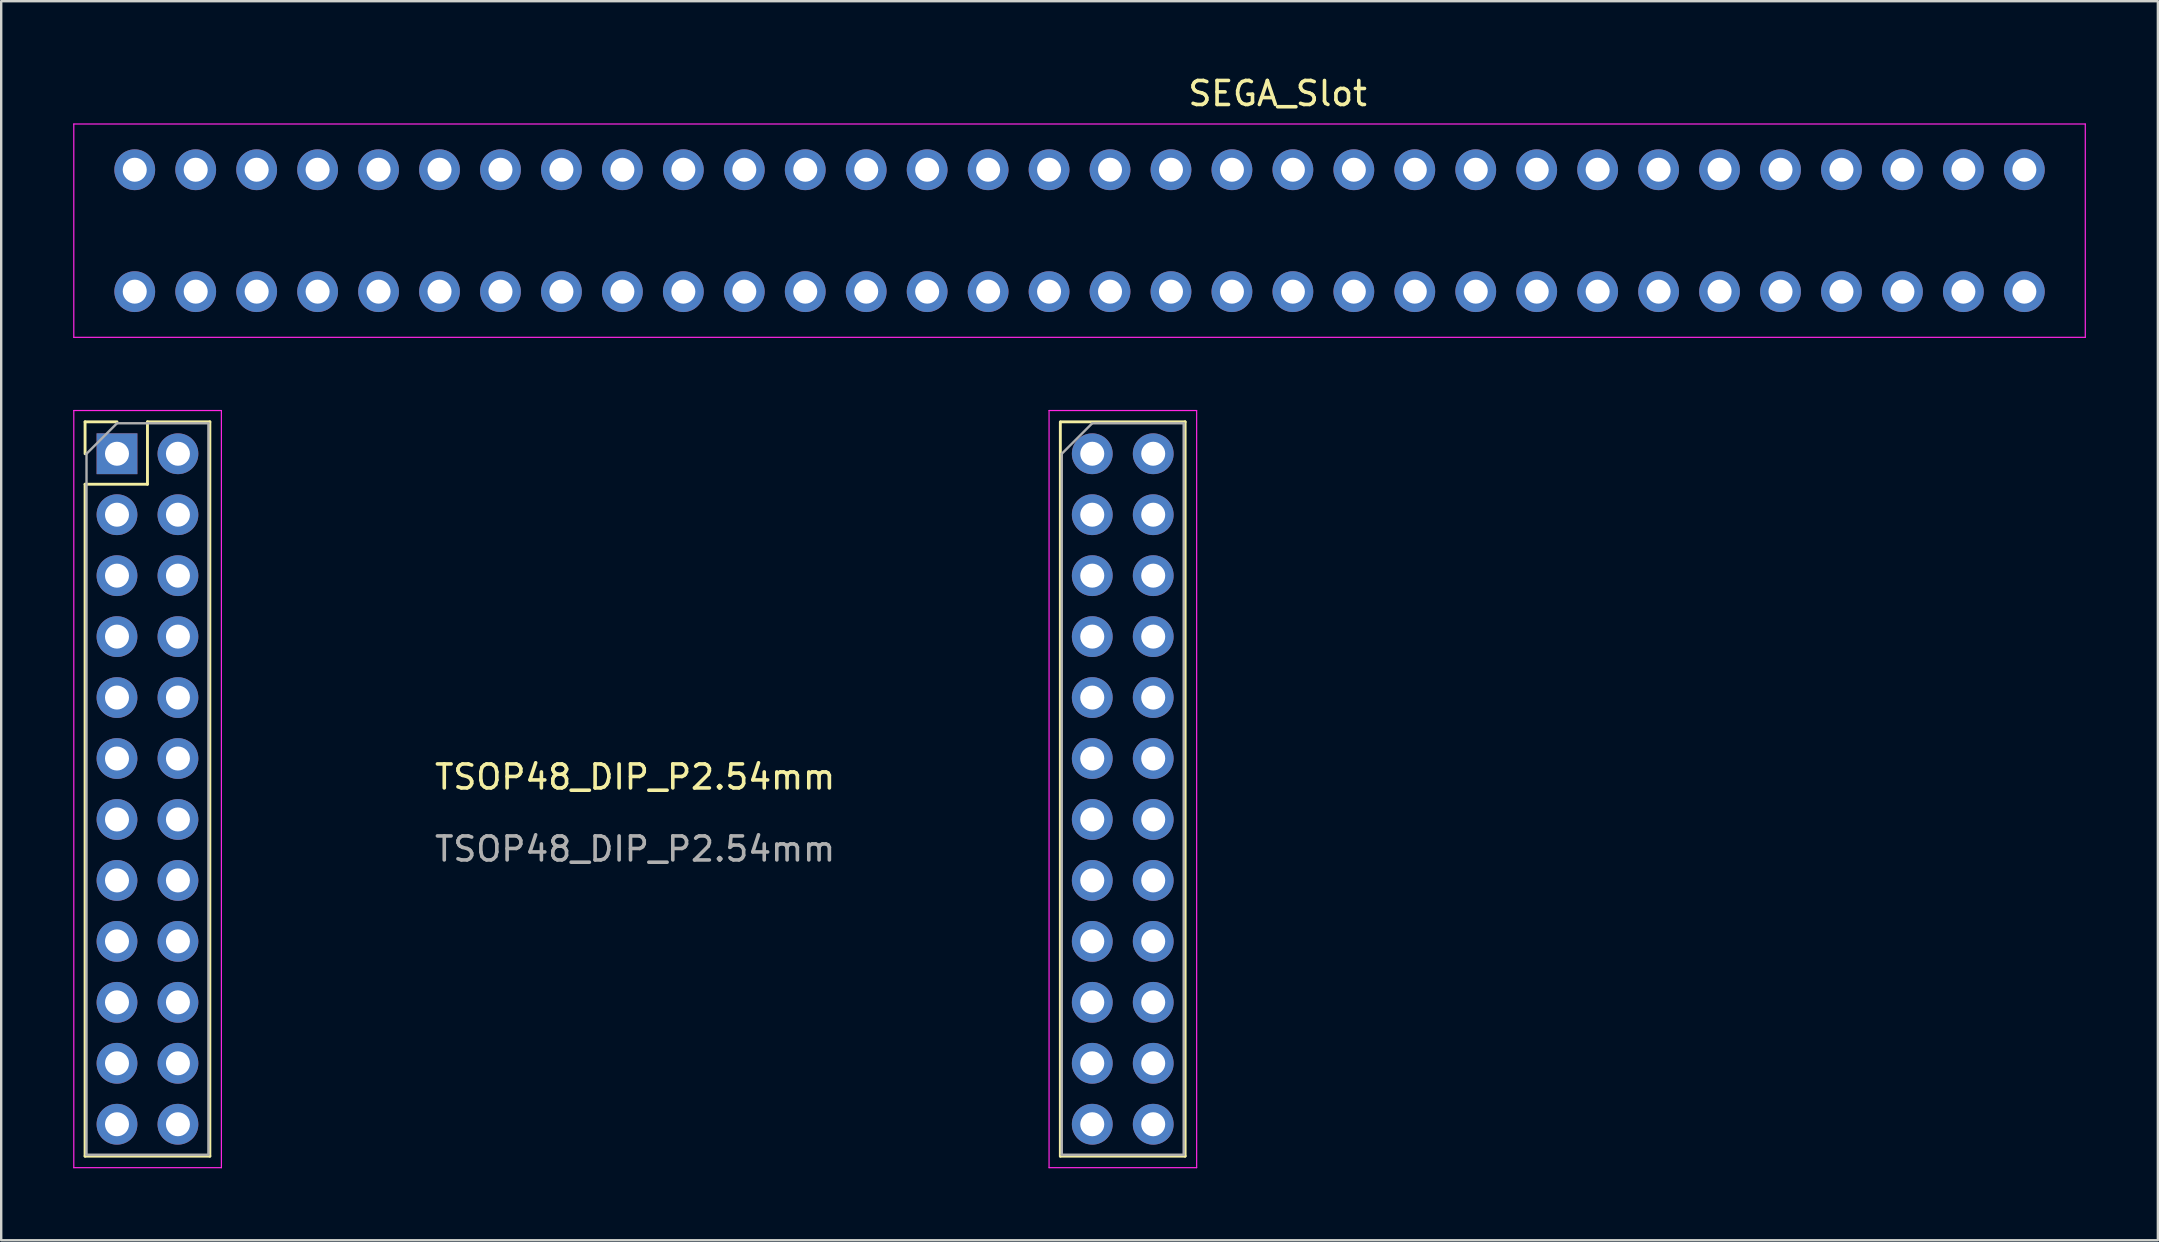
<source format=kicad_pcb>
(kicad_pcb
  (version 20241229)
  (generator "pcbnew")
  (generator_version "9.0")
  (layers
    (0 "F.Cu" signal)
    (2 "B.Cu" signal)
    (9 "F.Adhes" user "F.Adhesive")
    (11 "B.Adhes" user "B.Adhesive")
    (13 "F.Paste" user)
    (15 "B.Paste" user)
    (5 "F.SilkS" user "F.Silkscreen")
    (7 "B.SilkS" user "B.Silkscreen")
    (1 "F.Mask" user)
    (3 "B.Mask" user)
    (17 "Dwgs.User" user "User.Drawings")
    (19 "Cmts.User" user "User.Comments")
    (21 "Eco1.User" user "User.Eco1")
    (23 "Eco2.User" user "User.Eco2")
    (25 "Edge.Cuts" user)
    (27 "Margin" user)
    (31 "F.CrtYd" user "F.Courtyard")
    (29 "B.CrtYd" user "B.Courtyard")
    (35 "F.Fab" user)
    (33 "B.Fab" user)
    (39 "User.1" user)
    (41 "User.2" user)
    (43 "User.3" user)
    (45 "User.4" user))
  (footprint "TSOP48_DIP_P2.54mm"
    (layer "F.Cu")
    (at 23.415 29.828)
    (property "Reference" "TSOP48_DIP_P2.54mm" (at 0 -0.5 0) (unlocked yes) (layer "F.SilkS") (effects (font (size 1 1) (thickness 0.15))))
    (attr smd)
    (fp_line (start -22.92 -15.3) (end -21.59 -15.3) (stroke (width 0.12) (type solid)) (layer "F.SilkS"))
    (fp_line (start -22.92 -13.97) (end -22.92 -15.3) (stroke (width 0.12) (type solid)) (layer "F.SilkS"))
    (fp_line (start -22.92 -12.7) (end -22.92 15.3) (stroke (width 0.12) (type solid)) (layer "F.SilkS"))
    (fp_line (start -22.92 -12.7) (end -20.32 -12.7) (stroke (width 0.12) (type solid)) (layer "F.SilkS"))
    (fp_line (start -22.92 15.3) (end -17.72 15.3) (stroke (width 0.12) (type solid)) (layer "F.SilkS"))
    (fp_line (start -20.32 -15.3) (end -17.72 -15.3) (stroke (width 0.12) (type solid)) (layer "F.SilkS"))
    (fp_line (start -20.32 -12.7) (end -20.32 -15.3) (stroke (width 0.12) (type solid)) (layer "F.SilkS"))
    (fp_line (start -17.72 -15.3) (end -17.72 15.3) (stroke (width 0.12) (type solid)) (layer "F.SilkS"))
    (fp_line (start 17.72 -15.291) (end 17.72 15.3) (stroke (width 0.12) (type solid)) (layer "F.SilkS"))
    (fp_line (start 17.72 15.3) (end 22.92 15.3) (stroke (width 0.12) (type solid)) (layer "F.SilkS"))
    (fp_line (start 17.729 -15.3) (end 22.92 -15.3) (stroke (width 0.12) (type solid)) (layer "F.SilkS"))
    (fp_line (start 22.92 -15.3) (end 22.92 15.3) (stroke (width 0.12) (type solid)) (layer "F.SilkS"))
    (fp_line (start -23.39 -15.77) (end -23.39 15.78) (stroke (width 0.05) (type solid)) (layer "F.CrtYd"))
    (fp_line (start -23.39 15.78) (end -17.24 15.78) (stroke (width 0.05) (type solid)) (layer "F.CrtYd"))
    (fp_line (start -17.24 -15.77) (end -23.39 -15.77) (stroke (width 0.05) (type solid)) (layer "F.CrtYd"))
    (fp_line (start -17.24 15.78) (end -17.24 -15.77) (stroke (width 0.05) (type solid)) (layer "F.CrtYd"))
    (fp_line (start 17.25 -15.77) (end 17.25 15.78) (stroke (width 0.05) (type solid)) (layer "F.CrtYd"))
    (fp_line (start 17.25 15.78) (end 23.4 15.78) (stroke (width 0.05) (type solid)) (layer "F.CrtYd"))
    (fp_line (start 23.4 -15.77) (end 17.25 -15.77) (stroke (width 0.05) (type solid)) (layer "F.CrtYd"))
    (fp_line (start 23.4 15.78) (end 23.4 -15.77) (stroke (width 0.05) (type solid)) (layer "F.CrtYd"))
    (fp_line (start -22.86 -13.97) (end -21.59 -15.24) (stroke (width 0.1) (type solid)) (layer "F.Fab"))
    (fp_line (start -22.86 15.24) (end -22.86 -13.97) (stroke (width 0.1) (type solid)) (layer "F.Fab"))
    (fp_line (start -21.59 -15.24) (end -17.78 -15.24) (stroke (width 0.1) (type solid)) (layer "F.Fab"))
    (fp_line (start -17.78 -15.24) (end -17.78 15.24) (stroke (width 0.1) (type solid)) (layer "F.Fab"))
    (fp_line (start -17.78 15.24) (end -22.86 15.24) (stroke (width 0.1) (type solid)) (layer "F.Fab"))
    (fp_line (start 17.78 -13.97) (end 19.05 -15.24) (stroke (width 0.1) (type solid)) (layer "F.Fab"))
    (fp_line (start 17.78 15.24) (end 17.78 -13.97) (stroke (width 0.1) (type solid)) (layer "F.Fab"))
    (fp_line (start 19.05 -15.24) (end 22.86 -15.24) (stroke (width 0.1) (type solid)) (layer "F.Fab"))
    (fp_line (start 22.86 -15.24) (end 22.86 15.24) (stroke (width 0.1) (type solid)) (layer "F.Fab"))
    (fp_line (start 22.86 15.24) (end 17.78 15.24) (stroke (width 0.1) (type solid)) (layer "F.Fab"))
    (fp_text user "${REFERENCE}" (at 0 2.5 0) (unlocked yes) (layer "F.Fab") (effects (font (size 1 1) (thickness 0.15))))
    (pad "1" thru_hole rect (at -21.59 -13.97) (size 1.7 1.7) (drill 1) (layers "*.Cu" "*.Mask"))
    (pad "2" thru_hole oval (at -19.05 -13.97) (size 1.7 1.7) (drill 1) (layers "*.Cu" "*.Mask"))
    (pad "3" thru_hole oval (at -21.59 -11.43) (size 1.7 1.7) (drill 1) (layers "*.Cu" "*.Mask"))
    (pad "4" thru_hole oval (at -19.05 -11.43) (size 1.7 1.7) (drill 1) (layers "*.Cu" "*.Mask"))
    (pad "5" thru_hole oval (at -21.59 -8.89) (size 1.7 1.7) (drill 1) (layers "*.Cu" "*.Mask"))
    (pad "6" thru_hole oval (at -19.05 -8.89) (size 1.7 1.7) (drill 1) (layers "*.Cu" "*.Mask"))
    (pad "7" thru_hole oval (at -21.59 -6.35) (size 1.7 1.7) (drill 1) (layers "*.Cu" "*.Mask"))
    (pad "8" thru_hole oval (at -19.05 -6.35) (size 1.7 1.7) (drill 1) (layers "*.Cu" "*.Mask"))
    (pad "9" thru_hole oval (at -21.59 -3.81) (size 1.7 1.7) (drill 1) (layers "*.Cu" "*.Mask"))
    (pad "10" thru_hole oval (at -19.05 -3.81) (size 1.7 1.7) (drill 1) (layers "*.Cu" "*.Mask"))
    (pad "11" thru_hole oval (at -21.59 -1.27) (size 1.7 1.7) (drill 1) (layers "*.Cu" "*.Mask"))
    (pad "12" thru_hole oval (at -19.05 -1.27) (size 1.7 1.7) (drill 1) (layers "*.Cu" "*.Mask"))
    (pad "13" thru_hole oval (at -21.59 1.27) (size 1.7 1.7) (drill 1) (layers "*.Cu" "*.Mask"))
    (pad "14" thru_hole oval (at -19.05 1.27) (size 1.7 1.7) (drill 1) (layers "*.Cu" "*.Mask"))
    (pad "15" thru_hole oval (at -21.59 3.81) (size 1.7 1.7) (drill 1) (layers "*.Cu" "*.Mask"))
    (pad "16" thru_hole oval (at -19.05 3.81) (size 1.7 1.7) (drill 1) (layers "*.Cu" "*.Mask"))
    (pad "17" thru_hole oval (at -21.59 6.35) (size 1.7 1.7) (drill 1) (layers "*.Cu" "*.Mask"))
    (pad "18" thru_hole oval (at -19.05 6.35) (size 1.7 1.7) (drill 1) (layers "*.Cu" "*.Mask"))
    (pad "19" thru_hole oval (at -21.59 8.89) (size 1.7 1.7) (drill 1) (layers "*.Cu" "*.Mask"))
    (pad "20" thru_hole oval (at -19.05 8.89) (size 1.7 1.7) (drill 1) (layers "*.Cu" "*.Mask"))
    (pad "21" thru_hole oval (at -21.59 11.43) (size 1.7 1.7) (drill 1) (layers "*.Cu" "*.Mask"))
    (pad "22" thru_hole oval (at -19.05 11.43) (size 1.7 1.7) (drill 1) (layers "*.Cu" "*.Mask"))
    (pad "23" thru_hole oval (at -21.59 13.97) (size 1.7 1.7) (drill 1) (layers "*.Cu" "*.Mask"))
    (pad "24" thru_hole oval (at -19.05 13.97) (size 1.7 1.7) (drill 1) (layers "*.Cu" "*.Mask"))
    (pad "25" thru_hole oval (at 21.59 13.97) (size 1.7 1.7) (drill 1) (layers "*.Cu" "*.Mask"))
    (pad "26" thru_hole oval (at 19.05 13.97) (size 1.7 1.7) (drill 1) (layers "*.Cu" "*.Mask"))
    (pad "27" thru_hole oval (at 21.59 11.43) (size 1.7 1.7) (drill 1) (layers "*.Cu" "*.Mask"))
    (pad "28" thru_hole oval (at 19.05 11.43) (size 1.7 1.7) (drill 1) (layers "*.Cu" "*.Mask"))
    (pad "29" thru_hole oval (at 21.59 8.89) (size 1.7 1.7) (drill 1) (layers "*.Cu" "*.Mask"))
    (pad "30" thru_hole oval (at 19.05 8.89) (size 1.7 1.7) (drill 1) (layers "*.Cu" "*.Mask"))
    (pad "31" thru_hole oval (at 21.59 6.35) (size 1.7 1.7) (drill 1) (layers "*.Cu" "*.Mask"))
    (pad "32" thru_hole oval (at 19.05 6.35) (size 1.7 1.7) (drill 1) (layers "*.Cu" "*.Mask"))
    (pad "33" thru_hole oval (at 21.59 3.81) (size 1.7 1.7) (drill 1) (layers "*.Cu" "*.Mask"))
    (pad "34" thru_hole oval (at 19.05 3.81) (size 1.7 1.7) (drill 1) (layers "*.Cu" "*.Mask"))
    (pad "35" thru_hole oval (at 21.59 1.27) (size 1.7 1.7) (drill 1) (layers "*.Cu" "*.Mask"))
    (pad "36" thru_hole oval (at 19.05 1.27) (size 1.7 1.7) (drill 1) (layers "*.Cu" "*.Mask"))
    (pad "37" thru_hole oval (at 21.59 -1.27) (size 1.7 1.7) (drill 1) (layers "*.Cu" "*.Mask"))
    (pad "38" thru_hole oval (at 19.05 -1.27) (size 1.7 1.7) (drill 1) (layers "*.Cu" "*.Mask"))
    (pad "39" thru_hole oval (at 21.59 -3.81) (size 1.7 1.7) (drill 1) (layers "*.Cu" "*.Mask"))
    (pad "40" thru_hole oval (at 19.05 -3.81) (size 1.7 1.7) (drill 1) (layers "*.Cu" "*.Mask"))
    (pad "41" thru_hole oval (at 21.59 -6.35) (size 1.7 1.7) (drill 1) (layers "*.Cu" "*.Mask"))
    (pad "42" thru_hole oval (at 19.05 -6.35) (size 1.7 1.7) (drill 1) (layers "*.Cu" "*.Mask"))
    (pad "43" thru_hole oval (at 21.59 -8.89) (size 1.7 1.7) (drill 1) (layers "*.Cu" "*.Mask"))
    (pad "44" thru_hole oval (at 19.05 -8.89) (size 1.7 1.7) (drill 1) (layers "*.Cu" "*.Mask"))
    (pad "45" thru_hole oval (at 21.59 -11.43) (size 1.7 1.7) (drill 1) (layers "*.Cu" "*.Mask"))
    (pad "46" thru_hole oval (at 19.05 -11.43) (size 1.7 1.7) (drill 1) (layers "*.Cu" "*.Mask"))
    (pad "47" thru_hole oval (at 21.59 -13.97) (size 1.7 1.7) (drill 1) (layers "*.Cu" "*.Mask"))
    (pad "48" thru_hole oval (at 19.05 -13.97) (size 1.7 1.7) (drill 1) (layers "*.Cu" "*.Mask")))
  (footprint "SEGA_Slot"
    (layer "F.Cu")
    (at 41.935 6.563)
    (property "Reference" "SEGA_Slot" (at 8.255 -5.715 0) (layer "F.SilkS") (effects (font (size 1 1) (thickness 0.15))))
    (attr through_hole)
    (fp_line (start -41.91 -4.445) (end 41.91 -4.445) (stroke (width 0.05) (type solid)) (layer "F.CrtYd"))
    (fp_line (start -41.91 4.445) (end -41.91 -4.445) (stroke (width 0.05) (type solid)) (layer "F.CrtYd"))
    (fp_line (start 41.91 -4.445) (end 41.91 4.445) (stroke (width 0.05) (type solid)) (layer "F.CrtYd"))
    (fp_line (start 41.91 4.445) (end -41.91 4.445) (stroke (width 0.05) (type solid)) (layer "F.CrtYd"))
    (pad "A1" thru_hole oval (at -39.37 -2.54 90) (size 1.7 1.7) (drill 1) (layers "*.Cu" "*.Mask"))
    (pad "A2" thru_hole oval (at -36.83 -2.54 90) (size 1.7 1.7) (drill 1) (layers "*.Cu" "*.Mask"))
    (pad "A3" thru_hole oval (at -34.29 -2.54 90) (size 1.7 1.7) (drill 1) (layers "*.Cu" "*.Mask"))
    (pad "A4" thru_hole oval (at -31.75 -2.54 90) (size 1.7 1.7) (drill 1) (layers "*.Cu" "*.Mask"))
    (pad "A5" thru_hole oval (at -29.21 -2.54 90) (size 1.7 1.7) (drill 1) (layers "*.Cu" "*.Mask"))
    (pad "A6" thru_hole oval (at -26.67 -2.54 90) (size 1.7 1.7) (drill 1) (layers "*.Cu" "*.Mask"))
    (pad "A7" thru_hole oval (at -24.13 -2.54 90) (size 1.7 1.7) (drill 1) (layers "*.Cu" "*.Mask"))
    (pad "A8" thru_hole oval (at -21.59 -2.54 90) (size 1.7 1.7) (drill 1) (layers "*.Cu" "*.Mask"))
    (pad "A9" thru_hole oval (at -19.05 -2.54 90) (size 1.7 1.7) (drill 1) (layers "*.Cu" "*.Mask"))
    (pad "A10" thru_hole oval (at -16.51 -2.54 90) (size 1.7 1.7) (drill 1) (layers "*.Cu" "*.Mask"))
    (pad "A11" thru_hole oval (at -13.97 -2.54 90) (size 1.7 1.7) (drill 1) (layers "*.Cu" "*.Mask"))
    (pad "A12" thru_hole oval (at -11.43 -2.54 90) (size 1.7 1.7) (drill 1) (layers "*.Cu" "*.Mask"))
    (pad "A13" thru_hole oval (at -8.89 -2.54 90) (size 1.7 1.7) (drill 1) (layers "*.Cu" "*.Mask"))
    (pad "A14" thru_hole oval (at -6.35 -2.54 90) (size 1.7 1.7) (drill 1) (layers "*.Cu" "*.Mask"))
    (pad "A15" thru_hole oval (at -3.81 -2.54 90) (size 1.7 1.7) (drill 1) (layers "*.Cu" "*.Mask"))
    (pad "A16" thru_hole oval (at -1.27 -2.54 90) (size 1.7 1.7) (drill 1) (layers "*.Cu" "*.Mask"))
    (pad "A17" thru_hole oval (at 1.27 -2.54 90) (size 1.7 1.7) (drill 1) (layers "*.Cu" "*.Mask"))
    (pad "A18" thru_hole oval (at 3.81 -2.54 90) (size 1.7 1.7) (drill 1) (layers "*.Cu" "*.Mask"))
    (pad "A19" thru_hole oval (at 6.35 -2.54 90) (size 1.7 1.7) (drill 1) (layers "*.Cu" "*.Mask"))
    (pad "A20" thru_hole oval (at 8.89 -2.54 90) (size 1.7 1.7) (drill 1) (layers "*.Cu" "*.Mask"))
    (pad "A21" thru_hole oval (at 11.43 -2.54 90) (size 1.7 1.7) (drill 1) (layers "*.Cu" "*.Mask"))
    (pad "A22" thru_hole oval (at 13.97 -2.54 90) (size 1.7 1.7) (drill 1) (layers "*.Cu" "*.Mask"))
    (pad "A23" thru_hole oval (at 16.51 -2.54 90) (size 1.7 1.7) (drill 1) (layers "*.Cu" "*.Mask"))
    (pad "A24" thru_hole oval (at 19.05 -2.54 90) (size 1.7 1.7) (drill 1) (layers "*.Cu" "*.Mask"))
    (pad "A25" thru_hole oval (at 21.59 -2.54 90) (size 1.7 1.7) (drill 1) (layers "*.Cu" "*.Mask"))
    (pad "A26" thru_hole oval (at 24.13 -2.54 90) (size 1.7 1.7) (drill 1) (layers "*.Cu" "*.Mask"))
    (pad "A27" thru_hole oval (at 26.67 -2.54 90) (size 1.7 1.7) (drill 1) (layers "*.Cu" "*.Mask"))
    (pad "A28" thru_hole oval (at 29.21 -2.54 90) (size 1.7 1.7) (drill 1) (layers "*.Cu" "*.Mask"))
    (pad "A29" thru_hole oval (at 31.75 -2.54 90) (size 1.7 1.7) (drill 1) (layers "*.Cu" "*.Mask"))
    (pad "A30" thru_hole oval (at 34.29 -2.54 90) (size 1.7 1.7) (drill 1) (layers "*.Cu" "*.Mask"))
    (pad "A31" thru_hole oval (at 36.83 -2.54 90) (size 1.7 1.7) (drill 1) (layers "*.Cu" "*.Mask"))
    (pad "A32" thru_hole oval (at 39.37 -2.54 90) (size 1.7 1.7) (drill 1) (layers "*.Cu" "*.Mask"))
    (pad "B1" thru_hole oval (at -39.37 2.54 90) (size 1.7 1.7) (drill 1) (layers "*.Cu" "*.Mask"))
    (pad "B2" thru_hole oval (at -36.83 2.54 90) (size 1.7 1.7) (drill 1) (layers "*.Cu" "*.Mask"))
    (pad "B3" thru_hole oval (at -34.29 2.54 90) (size 1.7 1.7) (drill 1) (layers "*.Cu" "*.Mask"))
    (pad "B4" thru_hole oval (at -31.75 2.54 90) (size 1.7 1.7) (drill 1) (layers "*.Cu" "*.Mask"))
    (pad "B5" thru_hole oval (at -29.21 2.54 90) (size 1.7 1.7) (drill 1) (layers "*.Cu" "*.Mask"))
    (pad "B6" thru_hole oval (at -26.67 2.54 90) (size 1.7 1.7) (drill 1) (layers "*.Cu" "*.Mask"))
    (pad "B7" thru_hole oval (at -24.13 2.54 90) (size 1.7 1.7) (drill 1) (layers "*.Cu" "*.Mask"))
    (pad "B8" thru_hole oval (at -21.59 2.54 90) (size 1.7 1.7) (drill 1) (layers "*.Cu" "*.Mask"))
    (pad "B9" thru_hole oval (at -19.05 2.54 90) (size 1.7 1.7) (drill 1) (layers "*.Cu" "*.Mask"))
    (pad "B10" thru_hole oval (at -16.51 2.54 90) (size 1.7 1.7) (drill 1) (layers "*.Cu" "*.Mask"))
    (pad "B11" thru_hole oval (at -13.97 2.54 90) (size 1.7 1.7) (drill 1) (layers "*.Cu" "*.Mask"))
    (pad "B12" thru_hole oval (at -11.43 2.54 90) (size 1.7 1.7) (drill 1) (layers "*.Cu" "*.Mask"))
    (pad "B13" thru_hole oval (at -8.89 2.54 90) (size 1.7 1.7) (drill 1) (layers "*.Cu" "*.Mask"))
    (pad "B14" thru_hole oval (at -6.35 2.54 90) (size 1.7 1.7) (drill 1) (layers "*.Cu" "*.Mask"))
    (pad "B15" thru_hole oval (at -3.81 2.54 90) (size 1.7 1.7) (drill 1) (layers "*.Cu" "*.Mask"))
    (pad "B16" thru_hole oval (at -1.27 2.54 90) (size 1.7 1.7) (drill 1) (layers "*.Cu" "*.Mask"))
    (pad "B17" thru_hole oval (at 1.27 2.54 90) (size 1.7 1.7) (drill 1) (layers "*.Cu" "*.Mask"))
    (pad "B18" thru_hole oval (at 3.81 2.54 90) (size 1.7 1.7) (drill 1) (layers "*.Cu" "*.Mask"))
    (pad "B19" thru_hole oval (at 6.35 2.54 90) (size 1.7 1.7) (drill 1) (layers "*.Cu" "*.Mask"))
    (pad "B20" thru_hole oval (at 8.89 2.54 90) (size 1.7 1.7) (drill 1) (layers "*.Cu" "*.Mask"))
    (pad "B21" thru_hole oval (at 11.43 2.54 90) (size 1.7 1.7) (drill 1) (layers "*.Cu" "*.Mask"))
    (pad "B22" thru_hole oval (at 13.97 2.54 90) (size 1.7 1.7) (drill 1) (layers "*.Cu" "*.Mask"))
    (pad "B23" thru_hole oval (at 16.51 2.54 90) (size 1.7 1.7) (drill 1) (layers "*.Cu" "*.Mask"))
    (pad "B24" thru_hole oval (at 19.05 2.54 90) (size 1.7 1.7) (drill 1) (layers "*.Cu" "*.Mask"))
    (pad "B25" thru_hole oval (at 21.59 2.54 90) (size 1.7 1.7) (drill 1) (layers "*.Cu" "*.Mask"))
    (pad "B26" thru_hole oval (at 24.13 2.54 90) (size 1.7 1.7) (drill 1) (layers "*.Cu" "*.Mask"))
    (pad "B27" thru_hole oval (at 26.67 2.54 90) (size 1.7 1.7) (drill 1) (layers "*.Cu" "*.Mask"))
    (pad "B28" thru_hole oval (at 29.21 2.54 90) (size 1.7 1.7) (drill 1) (layers "*.Cu" "*.Mask"))
    (pad "B29" thru_hole oval (at 31.75 2.54 90) (size 1.7 1.7) (drill 1) (layers "*.Cu" "*.Mask"))
    (pad "B30" thru_hole oval (at 34.29 2.54 90) (size 1.7 1.7) (drill 1) (layers "*.Cu" "*.Mask"))
    (pad "B31" thru_hole oval (at 36.83 2.54 90) (size 1.7 1.7) (drill 1) (layers "*.Cu" "*.Mask"))
    (pad "B32" thru_hole oval (at 39.37 2.54 90) (size 1.7 1.7) (drill 1) (layers "*.Cu" "*.Mask")))
  (gr_rect
    (start -3 -3)
    (end 86.87 48.633)
    (stroke (width 0.1) (type default))
    (fill no)
    (layer "Edge.Cuts")))
</source>
